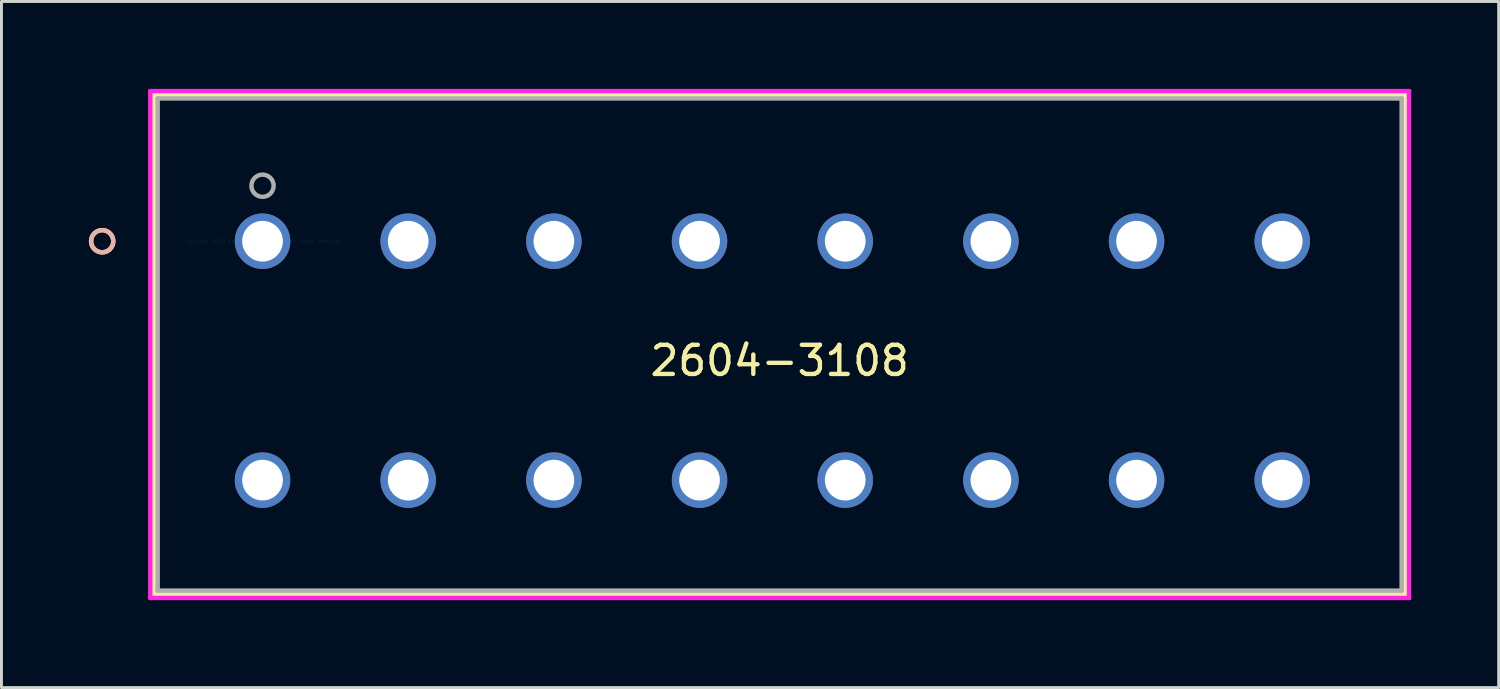
<source format=kicad_pcb>
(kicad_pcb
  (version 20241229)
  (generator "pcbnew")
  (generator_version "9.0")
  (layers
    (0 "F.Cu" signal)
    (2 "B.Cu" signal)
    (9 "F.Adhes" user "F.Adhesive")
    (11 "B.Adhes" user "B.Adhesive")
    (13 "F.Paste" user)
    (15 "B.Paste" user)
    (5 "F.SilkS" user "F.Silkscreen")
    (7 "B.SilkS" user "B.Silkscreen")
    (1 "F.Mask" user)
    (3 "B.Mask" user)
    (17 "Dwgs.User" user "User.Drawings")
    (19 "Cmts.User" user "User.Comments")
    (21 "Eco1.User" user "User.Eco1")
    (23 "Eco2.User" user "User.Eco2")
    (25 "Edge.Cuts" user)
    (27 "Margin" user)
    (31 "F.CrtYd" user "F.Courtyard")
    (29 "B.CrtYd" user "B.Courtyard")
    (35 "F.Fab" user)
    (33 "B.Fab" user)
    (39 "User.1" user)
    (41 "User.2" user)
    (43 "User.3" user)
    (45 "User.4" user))
  (footprint "2604-3108"
    (layer "F.Cu")
    (at 5.961 5.23)
    (property "Reference" "2604-3108" (at 17.75 4.1 0) (layer "F.SilkS") (effects (font (size 1 1) (thickness 0.15))))
    (attr through_hole)
    (fp_line (start -3.726 -5.027) (end -3.726 12.118) (stroke (width 0.152) (type solid)) (layer "F.SilkS"))
    (fp_line (start -3.726 12.118) (end 39.226 12.118) (stroke (width 0.152) (type solid)) (layer "F.SilkS"))
    (fp_line (start 39.226 -5.027) (end -3.726 -5.027) (stroke (width 0.152) (type solid)) (layer "F.SilkS"))
    (fp_line (start 39.226 12.118) (end 39.226 -5.027) (stroke (width 0.152) (type solid)) (layer "F.SilkS"))
    (fp_circle (center -5.504 0) (end -5.123 0) (stroke (width 0.152) (type solid)) (fill no) (layer "F.SilkS"))
    (fp_circle (center -5.504 0) (end -5.123 0) (stroke (width 0.152) (type solid)) (fill no) (layer "B.SilkS"))
    (fp_line (start -3.853 -5.154) (end -3.853 12.245) (stroke (width 0.152) (type solid)) (layer "F.CrtYd"))
    (fp_line (start -3.853 12.245) (end 39.353 12.245) (stroke (width 0.152) (type solid)) (layer "F.CrtYd"))
    (fp_line (start 39.353 -5.154) (end -3.853 -5.154) (stroke (width 0.152) (type solid)) (layer "F.CrtYd"))
    (fp_line (start 39.353 12.245) (end 39.353 -5.154) (stroke (width 0.152) (type solid)) (layer "F.CrtYd"))
    (fp_line (start -3.599 -4.9) (end -3.599 11.991) (stroke (width 0.152) (type solid)) (layer "F.Fab"))
    (fp_line (start -3.599 11.991) (end 39.099 11.991) (stroke (width 0.152) (type solid)) (layer "F.Fab"))
    (fp_line (start 39.099 -4.9) (end -3.599 -4.9) (stroke (width 0.152) (type solid)) (layer "F.Fab"))
    (fp_line (start 39.099 11.991) (end 39.099 -4.9) (stroke (width 0.152) (type solid)) (layer "F.Fab"))
    (fp_circle (center 0 -1.905) (end 0.381 -1.905) (stroke (width 0.152) (type solid)) (fill no) (layer "F.Fab"))
    (fp_text user "Copyright 2016 Accelerated Designs. All rights reserved." (at 0 0 0) (layer "Cmts.User") (effects (font (size 0.127 0.127) (thickness 0.002))))
    (pad "1_1" thru_hole circle (at 0 0) (size 1.905 1.905) (drill 1.397) (layers "*.Cu" "*.Mask"))
    (pad "1_2" thru_hole circle (at 0 8.2) (size 1.905 1.905) (drill 1.397) (layers "*.Cu" "*.Mask"))
    (pad "2_1" thru_hole circle (at 5 0) (size 1.905 1.905) (drill 1.397) (layers "*.Cu" "*.Mask"))
    (pad "2_2" thru_hole circle (at 5 8.2) (size 1.905 1.905) (drill 1.397) (layers "*.Cu" "*.Mask"))
    (pad "3_1" thru_hole circle (at 10 0) (size 1.905 1.905) (drill 1.397) (layers "*.Cu" "*.Mask"))
    (pad "3_2" thru_hole circle (at 10 8.2) (size 1.905 1.905) (drill 1.397) (layers "*.Cu" "*.Mask"))
    (pad "4_1" thru_hole circle (at 15 0) (size 1.905 1.905) (drill 1.397) (layers "*.Cu" "*.Mask"))
    (pad "4_2" thru_hole circle (at 15 8.2) (size 1.905 1.905) (drill 1.397) (layers "*.Cu" "*.Mask"))
    (pad "5_1" thru_hole circle (at 20 0) (size 1.905 1.905) (drill 1.397) (layers "*.Cu" "*.Mask"))
    (pad "5_2" thru_hole circle (at 20 8.2) (size 1.905 1.905) (drill 1.397) (layers "*.Cu" "*.Mask"))
    (pad "6_1" thru_hole circle (at 25 0) (size 1.905 1.905) (drill 1.397) (layers "*.Cu" "*.Mask"))
    (pad "6_2" thru_hole circle (at 25 8.2) (size 1.905 1.905) (drill 1.397) (layers "*.Cu" "*.Mask"))
    (pad "7_1" thru_hole circle (at 30 0) (size 1.905 1.905) (drill 1.397) (layers "*.Cu" "*.Mask"))
    (pad "7_2" thru_hole circle (at 30 8.2) (size 1.905 1.905) (drill 1.397) (layers "*.Cu" "*.Mask"))
    (pad "8_1" thru_hole circle (at 35 0) (size 1.905 1.905) (drill 1.397) (layers "*.Cu" "*.Mask"))
    (pad "8_2" thru_hole circle (at 35 8.2) (size 1.905 1.905) (drill 1.397) (layers "*.Cu" "*.Mask")))
  (gr_rect
    (start -3 -3)
    (end 48.39 20.551)
    (stroke (width 0.1) (type default))
    (fill no)
    (layer "Edge.Cuts")))
</source>
